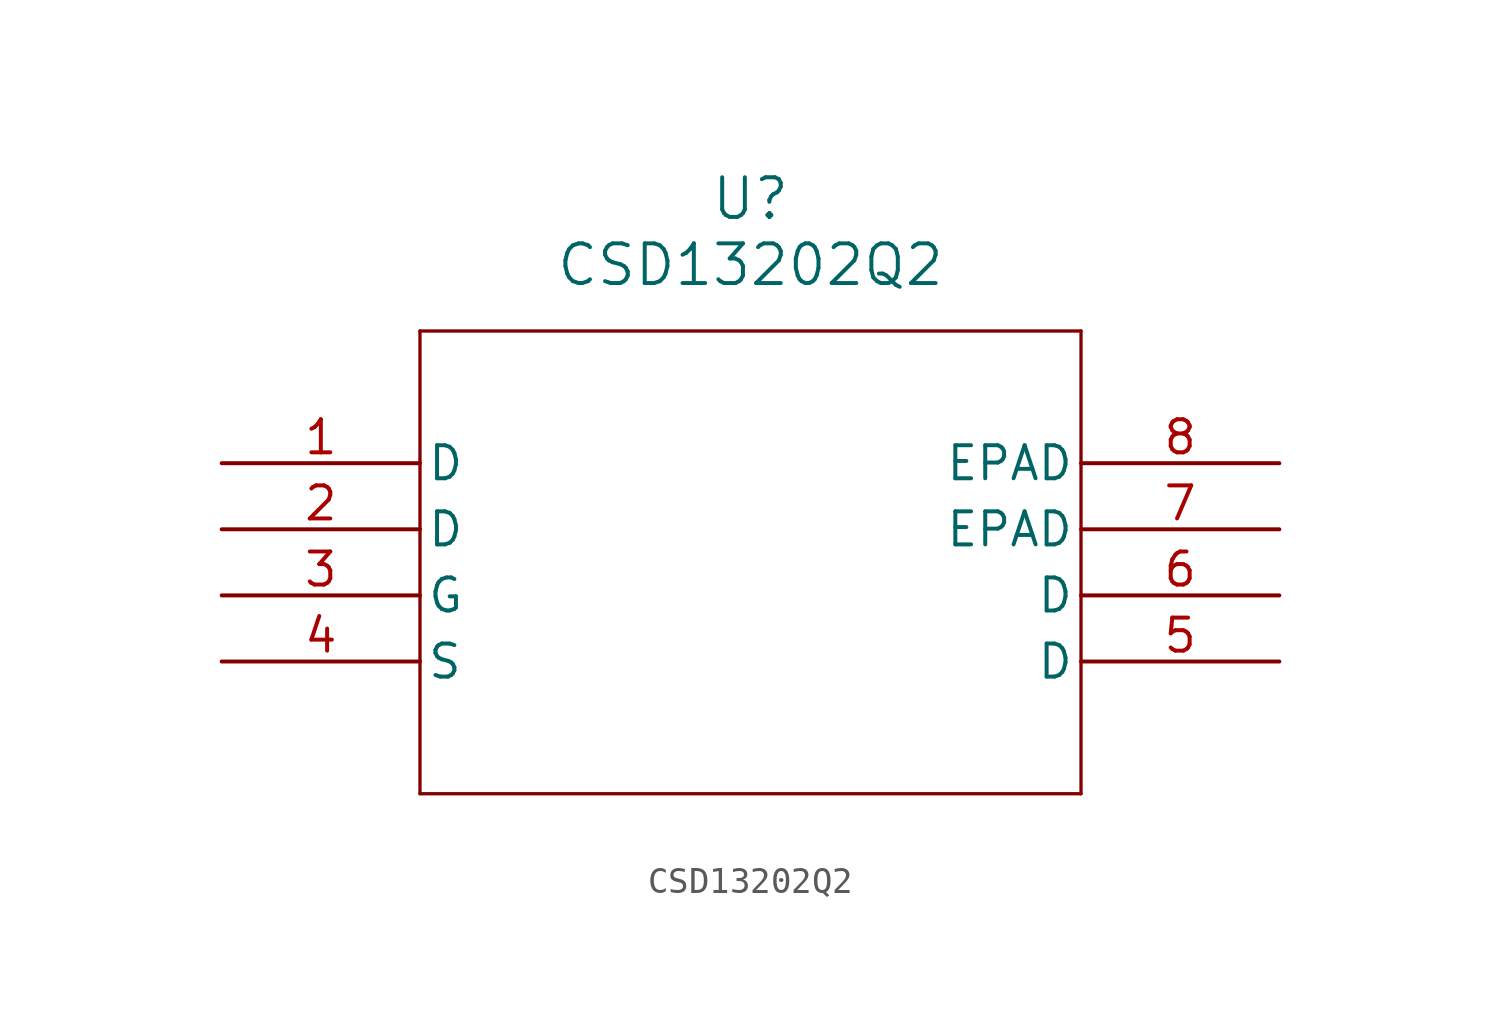
<source format=kicad_sym>
(kicad_symbol_lib
  (version 20211014)
  (generator kicad_symbol_editor)
  (symbol "CSD13202Q2"
    (pin_names
      (offset 0.254))
    (property "Reference" "U"
      (at 20.32 10.16 0)
      (effects (font (size 1.524 1.524))))
    (property "Value" "CSD13202Q2"
      (at 20.32 7.62 0)
      (effects (font (size 1.524 1.524))))
    (symbol "CSD13202Q2_0_1"
      (polyline (pts (xy 7.62 5.08) (xy 7.62 -12.7)) (stroke (width 0.127) (type default) (color 0 0 0 0)) (fill (type none)))
      (polyline (pts (xy 7.62 -12.7) (xy 33.02 -12.7)) (stroke (width 0.127) (type default) (color 0 0 0 0)) (fill (type none)))
      (polyline (pts (xy 33.02 -12.7) (xy 33.02 5.08)) (stroke (width 0.127) (type default) (color 0 0 0 0)) (fill (type none)))
      (polyline (pts (xy 33.02 5.08) (xy 7.62 5.08)) (stroke (width 0.127) (type default) (color 0 0 0 0)) (fill (type none)))
      (pin unspecified line (at 0 0 0) (length 7.62) (name "D" (effects (font (size 1.27 1.27)))) (number "1" (effects (font (size 1.27 1.27)))))
      (pin unspecified line (at 0 -2.54 0) (length 7.62) (name "D" (effects (font (size 1.27 1.27)))) (number "2" (effects (font (size 1.27 1.27)))))
      (pin unspecified line (at 0 -5.08 0) (length 7.62) (name "G" (effects (font (size 1.27 1.27)))) (number "3" (effects (font (size 1.27 1.27)))))
      (pin unspecified line (at 0 -7.62 0) (length 7.62) (name "S" (effects (font (size 1.27 1.27)))) (number "4" (effects (font (size 1.27 1.27)))))
      (pin unspecified line (at 40.64 -7.62 180) (length 7.62) (name "D" (effects (font (size 1.27 1.27)))) (number "5" (effects (font (size 1.27 1.27)))))
      (pin unspecified line (at 40.64 -5.08 180) (length 7.62) (name "D" (effects (font (size 1.27 1.27)))) (number "6" (effects (font (size 1.27 1.27)))))
      (pin unspecified line (at 40.64 -2.54 180) (length 7.62) (name "EPAD" (effects (font (size 1.27 1.27)))) (number "7" (effects (font (size 1.27 1.27)))))
      (pin unspecified line (at 40.64 0 180) (length 7.62) (name "EPAD" (effects (font (size 1.27 1.27)))) (number "8" (effects (font (size 1.27 1.27))))))))
</source>
